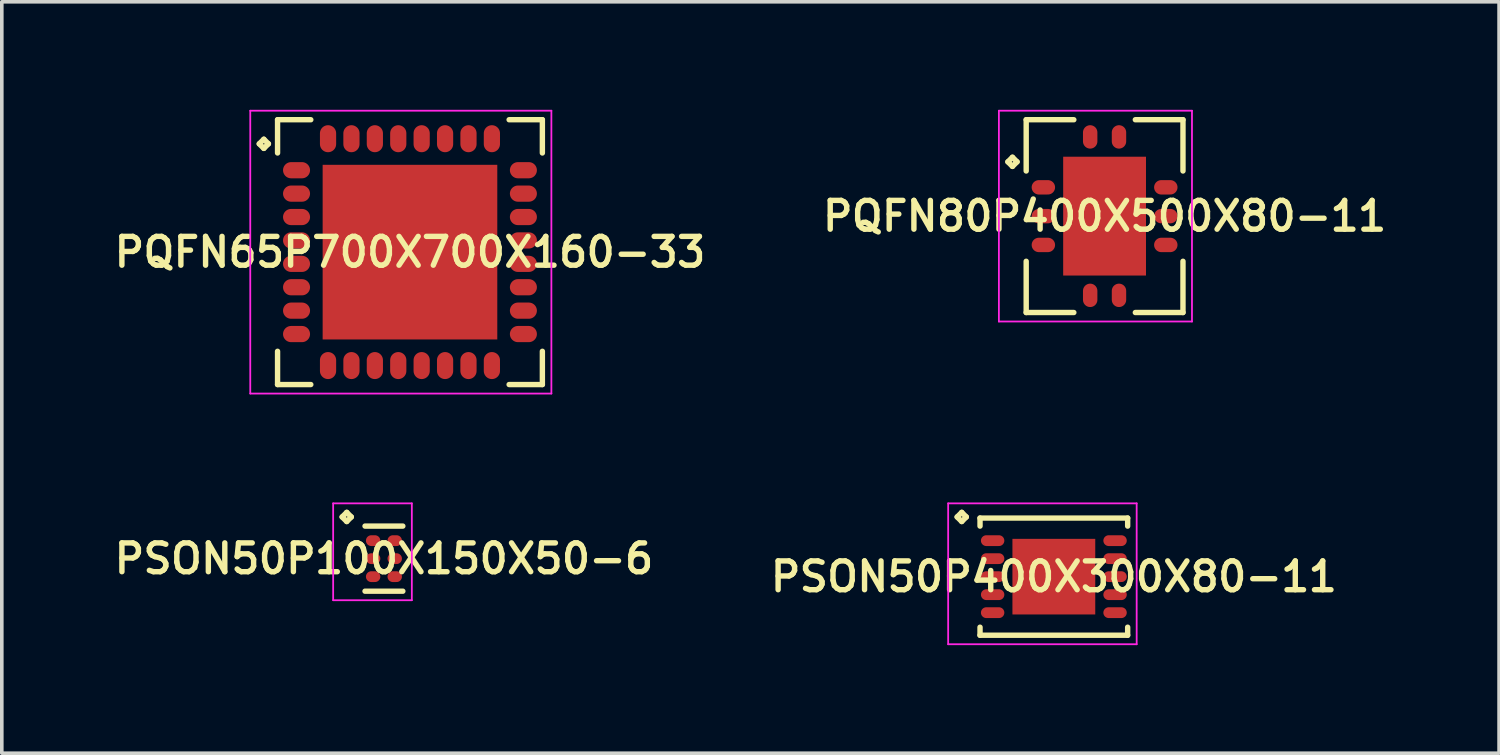
<source format=kicad_pcb>
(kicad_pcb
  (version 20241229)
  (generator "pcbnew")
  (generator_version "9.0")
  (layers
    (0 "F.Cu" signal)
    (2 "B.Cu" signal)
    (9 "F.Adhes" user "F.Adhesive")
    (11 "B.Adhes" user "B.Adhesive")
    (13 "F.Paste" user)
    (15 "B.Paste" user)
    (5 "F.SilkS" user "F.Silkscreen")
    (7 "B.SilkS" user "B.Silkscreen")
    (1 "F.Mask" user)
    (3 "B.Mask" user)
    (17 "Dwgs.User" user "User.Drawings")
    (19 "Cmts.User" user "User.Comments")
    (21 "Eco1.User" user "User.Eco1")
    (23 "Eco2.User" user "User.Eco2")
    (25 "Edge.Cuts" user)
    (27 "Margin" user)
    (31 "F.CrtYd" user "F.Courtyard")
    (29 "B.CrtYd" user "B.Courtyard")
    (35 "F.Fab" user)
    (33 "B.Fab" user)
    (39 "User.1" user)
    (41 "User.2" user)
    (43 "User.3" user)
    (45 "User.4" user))
  (footprint "PQFN65P700X700X160-33"
    (layer "F.Cu")
    (at 8.335 3.952)
    (property "Reference" "PQFN65P700X700X160-33" (at 0 0 0) (layer "F.SilkS") (effects (font (size 0.8 0.8) (thickness 0.15))))
    (attr smd)
    (fp_line (start -4.185 -3.008) (end -4.058 -3.135) (stroke (width 0.15) (type solid)) (layer "F.SilkS"))
    (fp_line (start -4.058 -3.135) (end -3.931 -3.008) (stroke (width 0.15) (type solid)) (layer "F.SilkS"))
    (fp_line (start -4.058 -2.881) (end -4.185 -3.008) (stroke (width 0.15) (type solid)) (layer "F.SilkS"))
    (fp_line (start -3.931 -3.008) (end -4.058 -2.881) (stroke (width 0.15) (type solid)) (layer "F.SilkS"))
    (fp_line (start -3.677 -3.677) (end -2.754 -3.677) (stroke (width 0.15) (type solid)) (layer "F.SilkS"))
    (fp_line (start -3.677 -2.754) (end -3.677 -3.677) (stroke (width 0.15) (type solid)) (layer "F.SilkS"))
    (fp_line (start -3.677 2.754) (end -3.677 3.677) (stroke (width 0.15) (type solid)) (layer "F.SilkS"))
    (fp_line (start -3.677 3.677) (end -2.754 3.677) (stroke (width 0.15) (type solid)) (layer "F.SilkS"))
    (fp_line (start 2.754 -3.677) (end 3.677 -3.677) (stroke (width 0.15) (type solid)) (layer "F.SilkS"))
    (fp_line (start 2.754 3.677) (end 3.677 3.677) (stroke (width 0.15) (type solid)) (layer "F.SilkS"))
    (fp_line (start 3.677 -3.677) (end 3.677 -2.754) (stroke (width 0.15) (type solid)) (layer "F.SilkS"))
    (fp_line (start 3.677 3.677) (end 3.677 2.754) (stroke (width 0.15) (type solid)) (layer "F.SilkS"))
    (fp_line (start -4.435 -3.927) (end 3.927 -3.927) (stroke (width 0.05) (type solid)) (layer "F.CrtYd"))
    (fp_line (start -4.435 3.927) (end -4.435 -3.927) (stroke (width 0.05) (type solid)) (layer "F.CrtYd"))
    (fp_line (start 3.927 -3.927) (end 3.927 3.927) (stroke (width 0.05) (type solid)) (layer "F.CrtYd"))
    (fp_line (start 3.927 3.927) (end -4.435 3.927) (stroke (width 0.05) (type solid)) (layer "F.CrtYd"))
    (pad "1" smd oval (at -3.15 -2.275) (size 0.75 0.45) (layers "F.Cu" "F.Mask" "F.Paste"))
    (pad "2" smd oval (at -3.15 -1.625) (size 0.75 0.45) (layers "F.Cu" "F.Mask" "F.Paste"))
    (pad "3" smd oval (at -3.15 -0.975) (size 0.75 0.45) (layers "F.Cu" "F.Mask" "F.Paste"))
    (pad "4" smd oval (at -3.15 -0.325) (size 0.75 0.45) (layers "F.Cu" "F.Mask" "F.Paste"))
    (pad "5" smd oval (at -3.15 0.325) (size 0.75 0.45) (layers "F.Cu" "F.Mask" "F.Paste"))
    (pad "6" smd oval (at -3.15 0.975) (size 0.75 0.45) (layers "F.Cu" "F.Mask" "F.Paste"))
    (pad "7" smd oval (at -3.15 1.625) (size 0.75 0.45) (layers "F.Cu" "F.Mask" "F.Paste"))
    (pad "8" smd oval (at -3.15 2.275) (size 0.75 0.45) (layers "F.Cu" "F.Mask" "F.Paste"))
    (pad "9" smd oval (at -2.275 3.15) (size 0.45 0.75) (layers "F.Cu" "F.Mask" "F.Paste"))
    (pad "10" smd oval (at -1.625 3.15) (size 0.45 0.75) (layers "F.Cu" "F.Mask" "F.Paste"))
    (pad "11" smd oval (at -0.975 3.15) (size 0.45 0.75) (layers "F.Cu" "F.Mask" "F.Paste"))
    (pad "12" smd oval (at -0.325 3.15) (size 0.45 0.75) (layers "F.Cu" "F.Mask" "F.Paste"))
    (pad "13" smd oval (at 0.325 3.15) (size 0.45 0.75) (layers "F.Cu" "F.Mask" "F.Paste"))
    (pad "14" smd oval (at 0.975 3.15) (size 0.45 0.75) (layers "F.Cu" "F.Mask" "F.Paste"))
    (pad "15" smd oval (at 1.625 3.15) (size 0.45 0.75) (layers "F.Cu" "F.Mask" "F.Paste"))
    (pad "16" smd oval (at 2.275 3.15) (size 0.45 0.75) (layers "F.Cu" "F.Mask" "F.Paste"))
    (pad "17" smd oval (at 3.15 2.275) (size 0.75 0.45) (layers "F.Cu" "F.Mask" "F.Paste"))
    (pad "18" smd oval (at 3.15 1.625) (size 0.75 0.45) (layers "F.Cu" "F.Mask" "F.Paste"))
    (pad "19" smd oval (at 3.15 0.975) (size 0.75 0.45) (layers "F.Cu" "F.Mask" "F.Paste"))
    (pad "20" smd oval (at 3.15 0.325) (size 0.75 0.45) (layers "F.Cu" "F.Mask" "F.Paste"))
    (pad "21" smd oval (at 3.15 -0.325) (size 0.75 0.45) (layers "F.Cu" "F.Mask" "F.Paste"))
    (pad "22" smd oval (at 3.15 -0.975) (size 0.75 0.45) (layers "F.Cu" "F.Mask" "F.Paste"))
    (pad "23" smd oval (at 3.15 -1.625) (size 0.75 0.45) (layers "F.Cu" "F.Mask" "F.Paste"))
    (pad "24" smd oval (at 3.15 -2.275) (size 0.75 0.45) (layers "F.Cu" "F.Mask" "F.Paste"))
    (pad "25" smd oval (at 2.275 -3.15) (size 0.45 0.75) (layers "F.Cu" "F.Mask" "F.Paste"))
    (pad "26" smd oval (at 1.625 -3.15) (size 0.45 0.75) (layers "F.Cu" "F.Mask" "F.Paste"))
    (pad "27" smd oval (at 0.975 -3.15) (size 0.45 0.75) (layers "F.Cu" "F.Mask" "F.Paste"))
    (pad "28" smd oval (at 0.325 -3.15) (size 0.45 0.75) (layers "F.Cu" "F.Mask" "F.Paste"))
    (pad "29" smd oval (at -0.325 -3.15) (size 0.45 0.75) (layers "F.Cu" "F.Mask" "F.Paste"))
    (pad "30" smd oval (at -0.975 -3.15) (size 0.45 0.75) (layers "F.Cu" "F.Mask" "F.Paste"))
    (pad "31" smd oval (at -1.625 -3.15) (size 0.45 0.75) (layers "F.Cu" "F.Mask" "F.Paste"))
    (pad "32" smd oval (at -2.275 -3.15) (size 0.45 0.75) (layers "F.Cu" "F.Mask" "F.Paste"))
    (pad "33" smd rect (at 0 0) (size 4.85 4.85) (layers "F.Cu" "F.Mask" "F.Paste")))
  (footprint "PSON50P100X150X50-6"
    (layer "F.Cu")
    (at 7.612 12.464)
    (property "Reference" "PSON50P100X150X50-6" (at 0 0 0) (layer "F.SilkS") (effects (font (size 0.8 0.8) (thickness 0.15))))
    (attr smd)
    (fp_line (start -1.16 -1.158) (end -1.033 -1.285) (stroke (width 0.15) (type solid)) (layer "F.SilkS"))
    (fp_line (start -1.033 -1.285) (end -0.906 -1.158) (stroke (width 0.15) (type solid)) (layer "F.SilkS"))
    (fp_line (start -1.033 -1.031) (end -1.16 -1.158) (stroke (width 0.15) (type solid)) (layer "F.SilkS"))
    (fp_line (start -0.906 -1.158) (end -1.033 -1.031) (stroke (width 0.15) (type solid)) (layer "F.SilkS"))
    (fp_line (start -0.525 -0.904) (end 0.525 -0.904) (stroke (width 0.15) (type solid)) (layer "F.SilkS"))
    (fp_line (start -0.525 0.904) (end 0.525 0.904) (stroke (width 0.15) (type solid)) (layer "F.SilkS"))
    (fp_line (start -1.41 -1.535) (end 0.775 -1.535) (stroke (width 0.05) (type solid)) (layer "F.CrtYd"))
    (fp_line (start -1.41 1.154) (end -1.41 -1.535) (stroke (width 0.05) (type solid)) (layer "F.CrtYd"))
    (fp_line (start 0.775 -1.535) (end 0.775 1.154) (stroke (width 0.05) (type solid)) (layer "F.CrtYd"))
    (fp_line (start 0.775 1.154) (end -1.41 1.154) (stroke (width 0.05) (type solid)) (layer "F.CrtYd"))
    (pad "1" smd oval (at -0.3 -0.5) (size 0.4 0.3) (layers "F.Cu" "F.Mask" "F.Paste"))
    (pad "2" smd oval (at -0.3 0) (size 0.4 0.3) (layers "F.Cu" "F.Mask" "F.Paste"))
    (pad "3" smd oval (at -0.3 0.5) (size 0.4 0.3) (layers "F.Cu" "F.Mask" "F.Paste"))
    (pad "4" smd oval (at 0.3 0.5) (size 0.4 0.3) (layers "F.Cu" "F.Mask" "F.Paste"))
    (pad "5" smd oval (at 0.3 0) (size 0.4 0.3) (layers "F.Cu" "F.Mask" "F.Paste"))
    (pad "6" smd oval (at 0.3 -0.5) (size 0.4 0.3) (layers "F.Cu" "F.Mask" "F.Paste")))
  (footprint "PQFN80P400X500X80-11"
    (layer "F.Cu")
    (at 27.625 2.952)
    (property "Reference" "PQFN80P400X500X80-11" (at 0 0 0) (layer "F.SilkS") (effects (font (size 0.8 0.8) (thickness 0.15))))
    (attr smd)
    (fp_line (start -2.685 -1.508) (end -2.558 -1.635) (stroke (width 0.15) (type solid)) (layer "F.SilkS"))
    (fp_line (start -2.558 -1.635) (end -2.431 -1.508) (stroke (width 0.15) (type solid)) (layer "F.SilkS"))
    (fp_line (start -2.558 -1.381) (end -2.685 -1.508) (stroke (width 0.15) (type solid)) (layer "F.SilkS"))
    (fp_line (start -2.431 -1.508) (end -2.558 -1.381) (stroke (width 0.15) (type solid)) (layer "F.SilkS"))
    (fp_line (start -2.177 -2.677) (end -0.854 -2.677) (stroke (width 0.15) (type solid)) (layer "F.SilkS"))
    (fp_line (start -2.177 -1.254) (end -2.177 -2.677) (stroke (width 0.15) (type solid)) (layer "F.SilkS"))
    (fp_line (start -2.177 1.254) (end -2.177 2.677) (stroke (width 0.15) (type solid)) (layer "F.SilkS"))
    (fp_line (start -2.177 2.677) (end -0.854 2.677) (stroke (width 0.15) (type solid)) (layer "F.SilkS"))
    (fp_line (start 0.854 -2.677) (end 2.177 -2.677) (stroke (width 0.15) (type solid)) (layer "F.SilkS"))
    (fp_line (start 0.854 2.677) (end 2.177 2.677) (stroke (width 0.15) (type solid)) (layer "F.SilkS"))
    (fp_line (start 2.177 -2.677) (end 2.177 -1.254) (stroke (width 0.15) (type solid)) (layer "F.SilkS"))
    (fp_line (start 2.177 2.677) (end 2.177 1.254) (stroke (width 0.15) (type solid)) (layer "F.SilkS"))
    (fp_line (start -2.935 -2.927) (end 2.427 -2.927) (stroke (width 0.05) (type solid)) (layer "F.CrtYd"))
    (fp_line (start -2.935 2.927) (end -2.935 -2.927) (stroke (width 0.05) (type solid)) (layer "F.CrtYd"))
    (fp_line (start 2.427 -2.927) (end 2.427 2.927) (stroke (width 0.05) (type solid)) (layer "F.CrtYd"))
    (fp_line (start 2.427 2.927) (end -2.935 2.927) (stroke (width 0.05) (type solid)) (layer "F.CrtYd"))
    (pad "1" smd oval (at -1.7 -0.8) (size 0.65 0.4) (layers "F.Cu" "F.Mask" "F.Paste"))
    (pad "2" smd oval (at -1.7 0) (size 0.65 0.4) (layers "F.Cu" "F.Mask" "F.Paste"))
    (pad "3" smd oval (at -1.7 0.8) (size 0.65 0.4) (layers "F.Cu" "F.Mask" "F.Paste"))
    (pad "4" smd oval (at -0.4 2.2) (size 0.4 0.65) (layers "F.Cu" "F.Mask" "F.Paste"))
    (pad "5" smd oval (at 0.4 2.2) (size 0.4 0.65) (layers "F.Cu" "F.Mask" "F.Paste"))
    (pad "6" smd oval (at 1.7 0.8) (size 0.65 0.4) (layers "F.Cu" "F.Mask" "F.Paste"))
    (pad "7" smd oval (at 1.7 0) (size 0.65 0.4) (layers "F.Cu" "F.Mask" "F.Paste"))
    (pad "8" smd oval (at 1.7 -0.8) (size 0.65 0.4) (layers "F.Cu" "F.Mask" "F.Paste"))
    (pad "9" smd oval (at 0.4 -2.2) (size 0.4 0.65) (layers "F.Cu" "F.Mask" "F.Paste"))
    (pad "10" smd oval (at -0.4 -2.2) (size 0.4 0.65) (layers "F.Cu" "F.Mask" "F.Paste"))
    (pad "11" smd rect (at 0 0) (size 2.3 3.3) (layers "F.Cu" "F.Mask" "F.Paste")))
  (footprint "PSON50P400X300X80-11"
    (layer "F.Cu")
    (at 26.216 12.964)
    (property "Reference" "PSON50P400X300X80-11" (at 0 0 0) (layer "F.SilkS") (effects (font (size 0.8 0.8) (thickness 0.15))))
    (attr smd)
    (fp_line (start -2.685 -1.658) (end -2.558 -1.785) (stroke (width 0.15) (type solid)) (layer "F.SilkS"))
    (fp_line (start -2.558 -1.785) (end -2.431 -1.658) (stroke (width 0.15) (type solid)) (layer "F.SilkS"))
    (fp_line (start -2.558 -1.531) (end -2.685 -1.658) (stroke (width 0.15) (type solid)) (layer "F.SilkS"))
    (fp_line (start -2.431 -1.658) (end -2.558 -1.531) (stroke (width 0.15) (type solid)) (layer "F.SilkS"))
    (fp_line (start -2.05 -1.627) (end 2.05 -1.627) (stroke (width 0.15) (type solid)) (layer "F.SilkS"))
    (fp_line (start -2.05 -1.404) (end -2.05 -1.627) (stroke (width 0.15) (type solid)) (layer "F.SilkS"))
    (fp_line (start -2.05 1.404) (end -2.05 1.627) (stroke (width 0.15) (type solid)) (layer "F.SilkS"))
    (fp_line (start -2.05 1.627) (end 2.05 1.627) (stroke (width 0.15) (type solid)) (layer "F.SilkS"))
    (fp_line (start 2.05 -1.627) (end 2.05 -1.404) (stroke (width 0.15) (type solid)) (layer "F.SilkS"))
    (fp_line (start 2.05 1.627) (end 2.05 1.404) (stroke (width 0.15) (type solid)) (layer "F.SilkS"))
    (fp_line (start -2.935 -2.035) (end 2.3 -2.035) (stroke (width 0.05) (type solid)) (layer "F.CrtYd"))
    (fp_line (start -2.935 1.877) (end -2.935 -2.035) (stroke (width 0.05) (type solid)) (layer "F.CrtYd"))
    (fp_line (start 2.3 -2.035) (end 2.3 1.877) (stroke (width 0.05) (type solid)) (layer "F.CrtYd"))
    (fp_line (start 2.3 1.877) (end -2.935 1.877) (stroke (width 0.05) (type solid)) (layer "F.CrtYd"))
    (pad "1" smd oval (at -1.7 -1) (size 0.65 0.3) (layers "F.Cu" "F.Mask" "F.Paste"))
    (pad "2" smd oval (at -1.7 -0.5) (size 0.65 0.3) (layers "F.Cu" "F.Mask" "F.Paste"))
    (pad "3" smd oval (at -1.7 0) (size 0.65 0.3) (layers "F.Cu" "F.Mask" "F.Paste"))
    (pad "4" smd oval (at -1.7 0.5) (size 0.65 0.3) (layers "F.Cu" "F.Mask" "F.Paste"))
    (pad "5" smd oval (at -1.7 1) (size 0.65 0.3) (layers "F.Cu" "F.Mask" "F.Paste"))
    (pad "6" smd oval (at 1.7 1) (size 0.65 0.3) (layers "F.Cu" "F.Mask" "F.Paste"))
    (pad "7" smd oval (at 1.7 0.5) (size 0.65 0.3) (layers "F.Cu" "F.Mask" "F.Paste"))
    (pad "8" smd oval (at 1.7 0) (size 0.65 0.3) (layers "F.Cu" "F.Mask" "F.Paste"))
    (pad "9" smd oval (at 1.7 -0.5) (size 0.65 0.3) (layers "F.Cu" "F.Mask" "F.Paste"))
    (pad "10" smd oval (at 1.7 -1) (size 0.65 0.3) (layers "F.Cu" "F.Mask" "F.Paste"))
    (pad "11" smd rect (at 0 0) (size 2.3 2.1) (layers "F.Cu" "F.Mask" "F.Paste")))
  (gr_rect
    (start -3 -3)
    (end 38.58 17.866)
    (stroke (width 0.1) (type default))
    (fill no)
    (layer "Edge.Cuts")))
</source>
